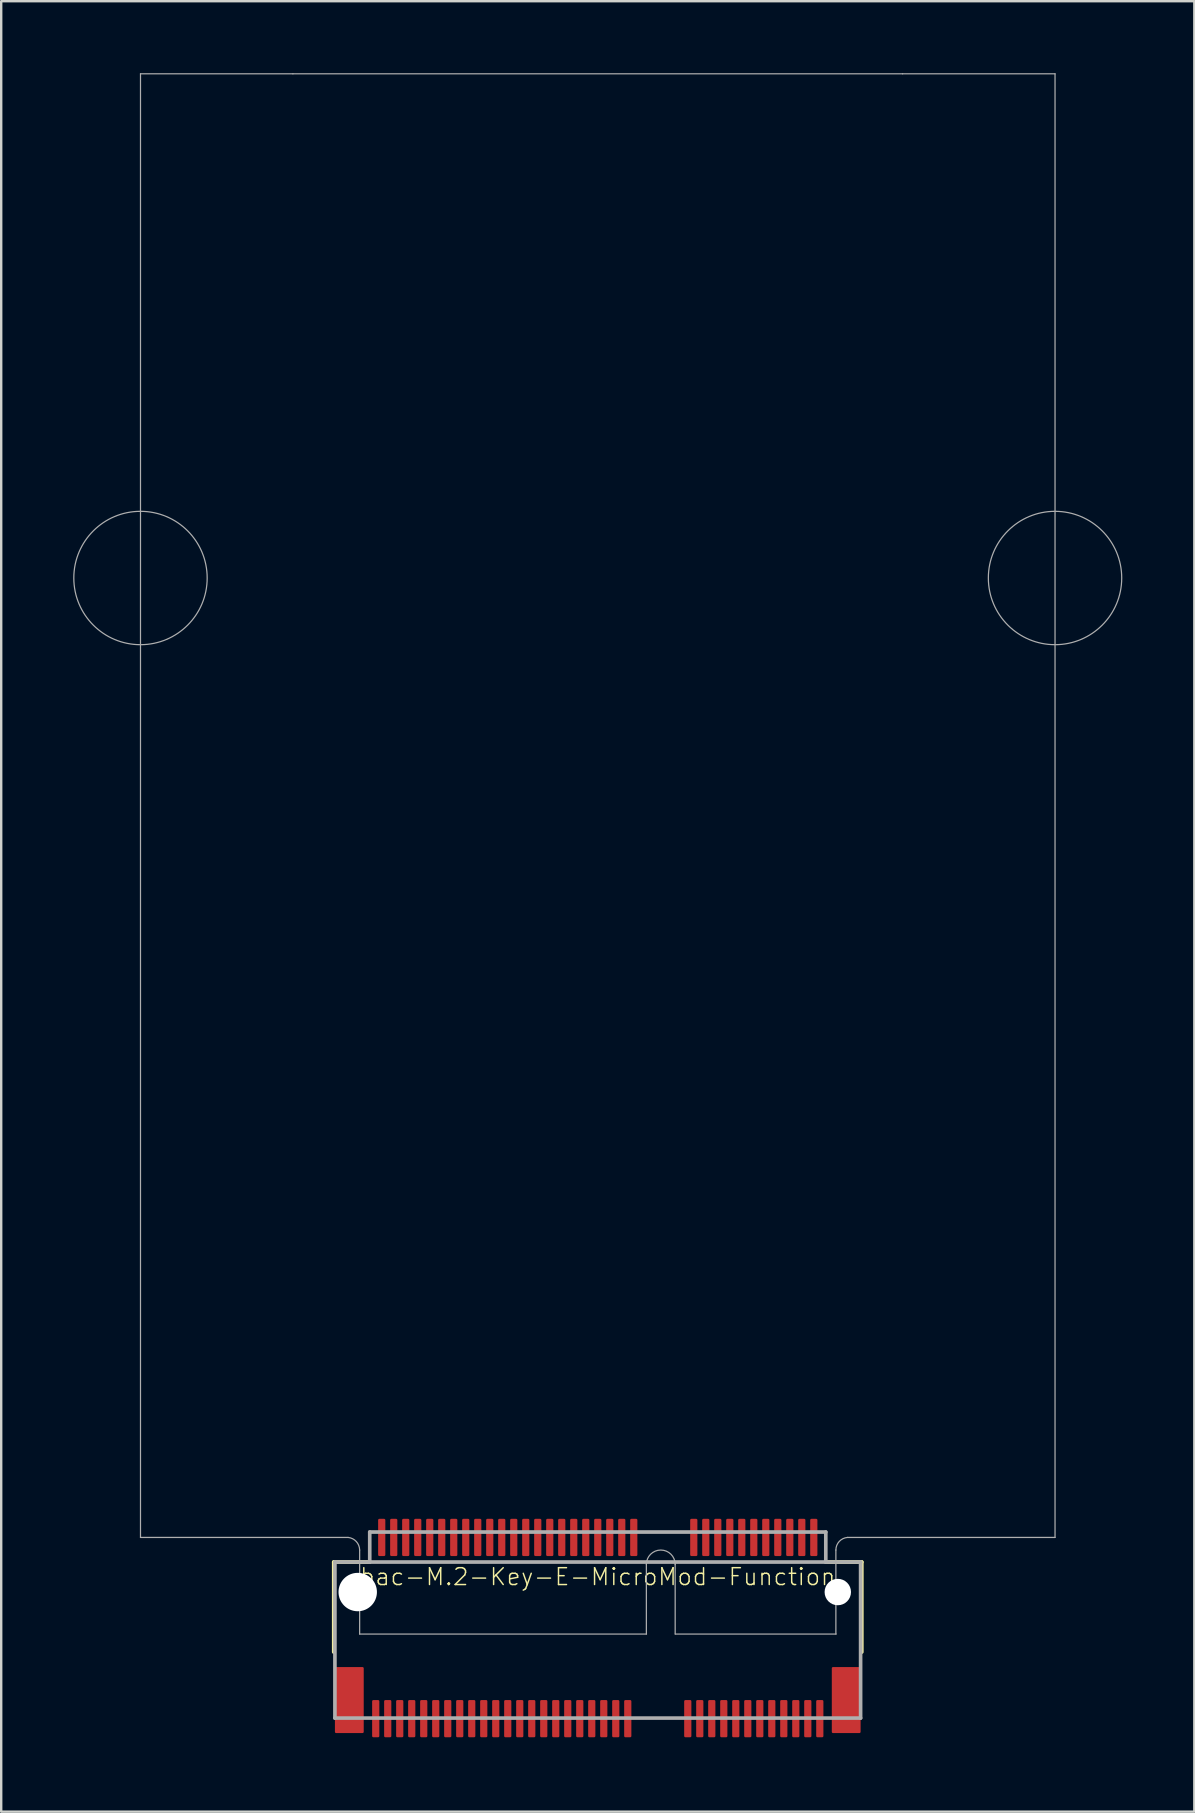
<source format=kicad_pcb>
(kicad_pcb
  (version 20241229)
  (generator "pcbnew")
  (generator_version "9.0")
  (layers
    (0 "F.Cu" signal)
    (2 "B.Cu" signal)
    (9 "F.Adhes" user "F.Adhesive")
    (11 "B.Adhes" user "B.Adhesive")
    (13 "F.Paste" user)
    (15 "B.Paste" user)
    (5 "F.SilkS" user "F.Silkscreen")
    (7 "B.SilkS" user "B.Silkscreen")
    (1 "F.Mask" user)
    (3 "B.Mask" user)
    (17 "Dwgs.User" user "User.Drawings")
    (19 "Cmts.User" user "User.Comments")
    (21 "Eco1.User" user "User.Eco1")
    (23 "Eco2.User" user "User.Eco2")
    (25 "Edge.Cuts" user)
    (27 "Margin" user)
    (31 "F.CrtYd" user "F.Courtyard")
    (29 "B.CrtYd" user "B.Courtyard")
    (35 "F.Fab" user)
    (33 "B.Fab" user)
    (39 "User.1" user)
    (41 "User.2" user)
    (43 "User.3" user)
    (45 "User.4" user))
  (footprint "bac-M.2-Key-E-MicroMod-Function"
    (layer "F.Cu")
    (at 21.853 63.275)
    (property "Reference" "bac-M.2-Key-E-MicroMod-Function" (at 0 -0.635 0) (unlocked yes) (layer "F.SilkS") (effects (font (size 0.701 0.701) (thickness 0.061))))
    (fp_line (start -11 2.5) (end -11 -1.25) (stroke (width 0.152) (type solid)) (layer "F.SilkS"))
    (fp_line (start -9.5 -1.25) (end -11 -1.25) (stroke (width 0.152) (type solid)) (layer "F.SilkS"))
    (fp_line (start 11 -1.25) (end 9.5 -1.25) (stroke (width 0.152) (type solid)) (layer "F.SilkS"))
    (fp_line (start 11 2.5) (end 11 -1.25) (stroke (width 0.152) (type solid)) (layer "F.SilkS"))
    (fp_poly (pts (xy -9.4 6.15) (xy -9.1 6.15) (xy -9.1 4.4) (xy -9.4 4.4)) (stroke (width 0) (type default)) (fill yes) (layer "F.Paste"))
    (fp_poly (pts (xy -9.15 -1.4) (xy -8.85 -1.4) (xy -8.85 -3.15) (xy -9.15 -3.15)) (stroke (width 0) (type default)) (fill yes) (layer "F.Paste"))
    (fp_poly (pts (xy -8.9 6.15) (xy -8.6 6.15) (xy -8.6 4.4) (xy -8.9 4.4)) (stroke (width 0) (type default)) (fill yes) (layer "F.Paste"))
    (fp_poly (pts (xy -8.65 -1.4) (xy -8.35 -1.4) (xy -8.35 -3.15) (xy -8.65 -3.15)) (stroke (width 0) (type default)) (fill yes) (layer "F.Paste"))
    (fp_poly (pts (xy -8.4 6.15) (xy -8.1 6.15) (xy -8.1 4.4) (xy -8.4 4.4)) (stroke (width 0) (type default)) (fill yes) (layer "F.Paste"))
    (fp_poly (pts (xy -8.15 -1.4) (xy -7.85 -1.4) (xy -7.85 -3.15) (xy -8.15 -3.15)) (stroke (width 0) (type default)) (fill yes) (layer "F.Paste"))
    (fp_poly (pts (xy -7.9 6.15) (xy -7.6 6.15) (xy -7.6 4.4) (xy -7.9 4.4)) (stroke (width 0) (type default)) (fill yes) (layer "F.Paste"))
    (fp_poly (pts (xy -7.65 -1.4) (xy -7.35 -1.4) (xy -7.35 -3.15) (xy -7.65 -3.15)) (stroke (width 0) (type default)) (fill yes) (layer "F.Paste"))
    (fp_poly (pts (xy -7.4 6.15) (xy -7.1 6.15) (xy -7.1 4.4) (xy -7.4 4.4)) (stroke (width 0) (type default)) (fill yes) (layer "F.Paste"))
    (fp_poly (pts (xy -7.15 -1.4) (xy -6.85 -1.4) (xy -6.85 -3.15) (xy -7.15 -3.15)) (stroke (width 0) (type default)) (fill yes) (layer "F.Paste"))
    (fp_poly (pts (xy -6.9 6.15) (xy -6.6 6.15) (xy -6.6 4.4) (xy -6.9 4.4)) (stroke (width 0) (type default)) (fill yes) (layer "F.Paste"))
    (fp_poly (pts (xy -6.65 -1.4) (xy -6.35 -1.4) (xy -6.35 -3.15) (xy -6.65 -3.15)) (stroke (width 0) (type default)) (fill yes) (layer "F.Paste"))
    (fp_poly (pts (xy -6.4 6.15) (xy -6.1 6.15) (xy -6.1 4.4) (xy -6.4 4.4)) (stroke (width 0) (type default)) (fill yes) (layer "F.Paste"))
    (fp_poly (pts (xy -6.15 -1.4) (xy -5.85 -1.4) (xy -5.85 -3.15) (xy -6.15 -3.15)) (stroke (width 0) (type default)) (fill yes) (layer "F.Paste"))
    (fp_poly (pts (xy -5.9 6.15) (xy -5.6 6.15) (xy -5.6 4.4) (xy -5.9 4.4)) (stroke (width 0) (type default)) (fill yes) (layer "F.Paste"))
    (fp_poly (pts (xy -5.65 -1.4) (xy -5.35 -1.4) (xy -5.35 -3.15) (xy -5.65 -3.15)) (stroke (width 0) (type default)) (fill yes) (layer "F.Paste"))
    (fp_poly (pts (xy -5.4 6.15) (xy -5.1 6.15) (xy -5.1 4.4) (xy -5.4 4.4)) (stroke (width 0) (type default)) (fill yes) (layer "F.Paste"))
    (fp_poly (pts (xy -5.15 -1.4) (xy -4.85 -1.4) (xy -4.85 -3.15) (xy -5.15 -3.15)) (stroke (width 0) (type default)) (fill yes) (layer "F.Paste"))
    (fp_poly (pts (xy -4.9 6.15) (xy -4.6 6.15) (xy -4.6 4.4) (xy -4.9 4.4)) (stroke (width 0) (type default)) (fill yes) (layer "F.Paste"))
    (fp_poly (pts (xy -4.65 -1.4) (xy -4.35 -1.4) (xy -4.35 -3.15) (xy -4.65 -3.15)) (stroke (width 0) (type default)) (fill yes) (layer "F.Paste"))
    (fp_poly (pts (xy -4.4 6.15) (xy -4.1 6.15) (xy -4.1 4.4) (xy -4.4 4.4)) (stroke (width 0) (type default)) (fill yes) (layer "F.Paste"))
    (fp_poly (pts (xy -4.15 -1.4) (xy -3.85 -1.4) (xy -3.85 -3.15) (xy -4.15 -3.15)) (stroke (width 0) (type default)) (fill yes) (layer "F.Paste"))
    (fp_poly (pts (xy -3.9 6.15) (xy -3.6 6.15) (xy -3.6 4.4) (xy -3.9 4.4)) (stroke (width 0) (type default)) (fill yes) (layer "F.Paste"))
    (fp_poly (pts (xy -3.65 -1.4) (xy -3.35 -1.4) (xy -3.35 -3.15) (xy -3.65 -3.15)) (stroke (width 0) (type default)) (fill yes) (layer "F.Paste"))
    (fp_poly (pts (xy -3.4 6.15) (xy -3.1 6.15) (xy -3.1 4.4) (xy -3.4 4.4)) (stroke (width 0) (type default)) (fill yes) (layer "F.Paste"))
    (fp_poly (pts (xy -3.15 -1.4) (xy -2.85 -1.4) (xy -2.85 -3.15) (xy -3.15 -3.15)) (stroke (width 0) (type default)) (fill yes) (layer "F.Paste"))
    (fp_poly (pts (xy -2.9 6.15) (xy -2.6 6.15) (xy -2.6 4.4) (xy -2.9 4.4)) (stroke (width 0) (type default)) (fill yes) (layer "F.Paste"))
    (fp_poly (pts (xy -2.65 -1.4) (xy -2.35 -1.4) (xy -2.35 -3.15) (xy -2.65 -3.15)) (stroke (width 0) (type default)) (fill yes) (layer "F.Paste"))
    (fp_poly (pts (xy -2.4 6.15) (xy -2.1 6.15) (xy -2.1 4.4) (xy -2.4 4.4)) (stroke (width 0) (type default)) (fill yes) (layer "F.Paste"))
    (fp_poly (pts (xy -2.15 -1.4) (xy -1.85 -1.4) (xy -1.85 -3.15) (xy -2.15 -3.15)) (stroke (width 0) (type default)) (fill yes) (layer "F.Paste"))
    (fp_poly (pts (xy -1.9 6.15) (xy -1.6 6.15) (xy -1.6 4.4) (xy -1.9 4.4)) (stroke (width 0) (type default)) (fill yes) (layer "F.Paste"))
    (fp_poly (pts (xy -1.65 -1.4) (xy -1.35 -1.4) (xy -1.35 -3.15) (xy -1.65 -3.15)) (stroke (width 0) (type default)) (fill yes) (layer "F.Paste"))
    (fp_poly (pts (xy -1.4 6.15) (xy -1.1 6.15) (xy -1.1 4.4) (xy -1.4 4.4)) (stroke (width 0) (type default)) (fill yes) (layer "F.Paste"))
    (fp_poly (pts (xy -1.15 -1.4) (xy -0.85 -1.4) (xy -0.85 -3.15) (xy -1.15 -3.15)) (stroke (width 0) (type default)) (fill yes) (layer "F.Paste"))
    (fp_poly (pts (xy -0.9 6.15) (xy -0.6 6.15) (xy -0.6 4.4) (xy -0.9 4.4)) (stroke (width 0) (type default)) (fill yes) (layer "F.Paste"))
    (fp_poly (pts (xy -0.65 -1.4) (xy -0.35 -1.4) (xy -0.35 -3.15) (xy -0.65 -3.15)) (stroke (width 0) (type default)) (fill yes) (layer "F.Paste"))
    (fp_poly (pts (xy -0.4 6.15) (xy -0.1 6.15) (xy -0.1 4.4) (xy -0.4 4.4)) (stroke (width 0) (type default)) (fill yes) (layer "F.Paste"))
    (fp_poly (pts (xy -0.15 -1.4) (xy 0.15 -1.4) (xy 0.15 -3.15) (xy -0.15 -3.15)) (stroke (width 0) (type default)) (fill yes) (layer "F.Paste"))
    (fp_poly (pts (xy 0.1 6.15) (xy 0.4 6.15) (xy 0.4 4.4) (xy 0.1 4.4)) (stroke (width 0) (type default)) (fill yes) (layer "F.Paste"))
    (fp_poly (pts (xy 0.35 -1.4) (xy 0.65 -1.4) (xy 0.65 -3.15) (xy 0.35 -3.15)) (stroke (width 0) (type default)) (fill yes) (layer "F.Paste"))
    (fp_poly (pts (xy 0.6 6.15) (xy 0.9 6.15) (xy 0.9 4.4) (xy 0.6 4.4)) (stroke (width 0) (type default)) (fill yes) (layer "F.Paste"))
    (fp_poly (pts (xy 0.85 -1.4) (xy 1.15 -1.4) (xy 1.15 -3.15) (xy 0.85 -3.15)) (stroke (width 0) (type default)) (fill yes) (layer "F.Paste"))
    (fp_poly (pts (xy 1.1 6.15) (xy 1.4 6.15) (xy 1.4 4.4) (xy 1.1 4.4)) (stroke (width 0) (type default)) (fill yes) (layer "F.Paste"))
    (fp_poly (pts (xy 1.35 -1.4) (xy 1.65 -1.4) (xy 1.65 -3.15) (xy 1.35 -3.15)) (stroke (width 0) (type default)) (fill yes) (layer "F.Paste"))
    (fp_poly (pts (xy 3.6 6.15) (xy 3.9 6.15) (xy 3.9 4.4) (xy 3.6 4.4)) (stroke (width 0) (type default)) (fill yes) (layer "F.Paste"))
    (fp_poly (pts (xy 3.85 -1.4) (xy 4.15 -1.4) (xy 4.15 -3.15) (xy 3.85 -3.15)) (stroke (width 0) (type default)) (fill yes) (layer "F.Paste"))
    (fp_poly (pts (xy 4.1 6.15) (xy 4.4 6.15) (xy 4.4 4.4) (xy 4.1 4.4)) (stroke (width 0) (type default)) (fill yes) (layer "F.Paste"))
    (fp_poly (pts (xy 4.35 -1.4) (xy 4.65 -1.4) (xy 4.65 -3.15) (xy 4.35 -3.15)) (stroke (width 0) (type default)) (fill yes) (layer "F.Paste"))
    (fp_poly (pts (xy 4.6 6.15) (xy 4.9 6.15) (xy 4.9 4.4) (xy 4.6 4.4)) (stroke (width 0) (type default)) (fill yes) (layer "F.Paste"))
    (fp_poly (pts (xy 4.85 -1.4) (xy 5.15 -1.4) (xy 5.15 -3.15) (xy 4.85 -3.15)) (stroke (width 0) (type default)) (fill yes) (layer "F.Paste"))
    (fp_poly (pts (xy 5.1 6.15) (xy 5.4 6.15) (xy 5.4 4.4) (xy 5.1 4.4)) (stroke (width 0) (type default)) (fill yes) (layer "F.Paste"))
    (fp_poly (pts (xy 5.35 -1.4) (xy 5.65 -1.4) (xy 5.65 -3.15) (xy 5.35 -3.15)) (stroke (width 0) (type default)) (fill yes) (layer "F.Paste"))
    (fp_poly (pts (xy 5.6 6.15) (xy 5.9 6.15) (xy 5.9 4.4) (xy 5.6 4.4)) (stroke (width 0) (type default)) (fill yes) (layer "F.Paste"))
    (fp_poly (pts (xy 5.85 -1.4) (xy 6.15 -1.4) (xy 6.15 -3.15) (xy 5.85 -3.15)) (stroke (width 0) (type default)) (fill yes) (layer "F.Paste"))
    (fp_poly (pts (xy 6.1 6.15) (xy 6.4 6.15) (xy 6.4 4.4) (xy 6.1 4.4)) (stroke (width 0) (type default)) (fill yes) (layer "F.Paste"))
    (fp_poly (pts (xy 6.35 -1.4) (xy 6.65 -1.4) (xy 6.65 -3.15) (xy 6.35 -3.15)) (stroke (width 0) (type default)) (fill yes) (layer "F.Paste"))
    (fp_poly (pts (xy 6.6 6.15) (xy 6.9 6.15) (xy 6.9 4.4) (xy 6.6 4.4)) (stroke (width 0) (type default)) (fill yes) (layer "F.Paste"))
    (fp_poly (pts (xy 6.85 -1.4) (xy 7.15 -1.4) (xy 7.15 -3.15) (xy 6.85 -3.15)) (stroke (width 0) (type default)) (fill yes) (layer "F.Paste"))
    (fp_poly (pts (xy 7.1 6.15) (xy 7.4 6.15) (xy 7.4 4.4) (xy 7.1 4.4)) (stroke (width 0) (type default)) (fill yes) (layer "F.Paste"))
    (fp_poly (pts (xy 7.35 -1.4) (xy 7.65 -1.4) (xy 7.65 -3.15) (xy 7.35 -3.15)) (stroke (width 0) (type default)) (fill yes) (layer "F.Paste"))
    (fp_poly (pts (xy 7.6 6.15) (xy 7.9 6.15) (xy 7.9 4.4) (xy 7.6 4.4)) (stroke (width 0) (type default)) (fill yes) (layer "F.Paste"))
    (fp_poly (pts (xy 7.85 -1.4) (xy 8.15 -1.4) (xy 8.15 -3.15) (xy 7.85 -3.15)) (stroke (width 0) (type default)) (fill yes) (layer "F.Paste"))
    (fp_poly (pts (xy 8.1 6.15) (xy 8.4 6.15) (xy 8.4 4.4) (xy 8.1 4.4)) (stroke (width 0) (type default)) (fill yes) (layer "F.Paste"))
    (fp_poly (pts (xy 8.35 -1.4) (xy 8.65 -1.4) (xy 8.65 -3.15) (xy 8.35 -3.15)) (stroke (width 0) (type default)) (fill yes) (layer "F.Paste"))
    (fp_poly (pts (xy 8.6 6.15) (xy 8.9 6.15) (xy 8.9 4.4) (xy 8.6 4.4)) (stroke (width 0) (type default)) (fill yes) (layer "F.Paste"))
    (fp_poly (pts (xy 8.85 -1.4) (xy 9.15 -1.4) (xy 9.15 -3.15) (xy 8.85 -3.15)) (stroke (width 0) (type default)) (fill yes) (layer "F.Paste"))
    (fp_poly (pts (xy 9.1 6.15) (xy 9.4 6.15) (xy 9.4 4.4) (xy 9.1 4.4)) (stroke (width 0) (type default)) (fill yes) (layer "F.Paste"))
    (fp_line (start -19.05 -63.25) (end -12.7 -63.25) (stroke (width 0.051) (type solid)) (layer "F.Fab"))
    (fp_line (start -19.05 -2.275) (end -19.05 -63.25) (stroke (width 0.051) (type solid)) (layer "F.Fab"))
    (fp_line (start -12.7 -63.25) (end 12.7 -63.25) (stroke (width 0.051) (type solid)) (layer "F.Fab"))
    (fp_line (start -10.95 -1.25) (end -10.95 5.25) (stroke (width 0.152) (type solid)) (layer "F.Fab"))
    (fp_line (start -10.95 5.25) (end 10.95 5.25) (stroke (width 0.152) (type solid)) (layer "F.Fab"))
    (fp_line (start -10.4 -2.275) (end -19.05 -2.275) (stroke (width 0.051) (type solid)) (layer "F.Fab"))
    (fp_line (start -9.92 1.75) (end -9.92 -1.75) (stroke (width 0.051) (type solid)) (layer "F.Fab"))
    (fp_line (start -9.5 -2.5) (end -9.5 -1.25) (stroke (width 0.152) (type solid)) (layer "F.Fab"))
    (fp_line (start -9.5 -1.25) (end -10.95 -1.25) (stroke (width 0.152) (type solid)) (layer "F.Fab"))
    (fp_line (start 2.025 -1.15) (end 2.025 1.75) (stroke (width 0.051) (type solid)) (layer "F.Fab"))
    (fp_line (start 2.03 1.75) (end -9.92 1.75) (stroke (width 0.051) (type solid)) (layer "F.Fab"))
    (fp_line (start 3.225 -1.15) (end 3.225 1.75) (stroke (width 0.051) (type solid)) (layer "F.Fab"))
    (fp_line (start 9.5 -2.5) (end -9.5 -2.5) (stroke (width 0.152) (type solid)) (layer "F.Fab"))
    (fp_line (start 9.5 -2.5) (end 9.5 -1.25) (stroke (width 0.152) (type solid)) (layer "F.Fab"))
    (fp_line (start 9.5 -1.25) (end -9.5 -1.25) (stroke (width 0.152) (type solid)) (layer "F.Fab"))
    (fp_line (start 9.92 -1.75) (end 9.92 1.75) (stroke (width 0.051) (type solid)) (layer "F.Fab"))
    (fp_line (start 9.93 1.75) (end 3.23 1.75) (stroke (width 0.051) (type solid)) (layer "F.Fab"))
    (fp_line (start 10.4 -2.275) (end 19.05 -2.275) (stroke (width 0.051) (type solid)) (layer "F.Fab"))
    (fp_line (start 10.95 -1.25) (end 9.5 -1.25) (stroke (width 0.152) (type solid)) (layer "F.Fab"))
    (fp_line (start 10.95 5.25) (end 10.95 -1.25) (stroke (width 0.152) (type solid)) (layer "F.Fab"))
    (fp_line (start 12.7 -63.25) (end 19.05 -63.25) (stroke (width 0.051) (type solid)) (layer "F.Fab"))
    (fp_line (start 19.05 -2.275) (end 19.05 -63.25) (stroke (width 0.051) (type solid)) (layer "F.Fab"))
    (fp_arc (start -10.4 -2.275) (mid -10.059471 -2.104412) (end -9.919998 -1.75) (stroke (width 0.0508) (type solid)) (layer "F.Fab"))
    (fp_arc (start 2.025 -1.15) (mid 2.625 -1.75) (end 3.225 -1.15) (stroke (width 0.0508) (type solid)) (layer "F.Fab"))
    (fp_arc (start 9.919999 -1.750001) (mid 10.057986 -2.10577) (end 10.4 -2.275) (stroke (width 0.0508) (type solid)) (layer "F.Fab"))
    (fp_circle (center -19.05 -42.245) (end -16.272 -42.245) (stroke (width 0.051) (type solid)) (fill no) (layer "F.Fab"))
    (fp_circle (center 19.05 -42.245) (end 21.828 -42.245) (stroke (width 0.051) (type solid)) (fill no) (layer "F.Fab"))
    (pad "" np_thru_hole circle (at -10 0) (size 1.6 1.6) (drill 1.6) (layers "*.Cu" "*.Mask"))
    (pad "" np_thru_hole circle (at 10 0) (size 1.1 1.1) (drill 1.1) (layers "*.Cu" "*.Mask"))
    (pad "1" smd roundrect (at 9.25 5.275 180) (size 0.3 1.55) (layers "F.Cu" "F.Mask") (roundrect_rratio 0.169))
    (pad "2" smd roundrect (at 9 -2.275 180) (size 0.3 1.55) (layers "F.Cu" "F.Mask") (roundrect_rratio 0.169))
    (pad "3" smd roundrect (at 8.75 5.275 180) (size 0.3 1.55) (layers "F.Cu" "F.Mask") (roundrect_rratio 0.169))
    (pad "4" smd roundrect (at 8.5 -2.275 180) (size 0.3 1.55) (layers "F.Cu" "F.Mask") (roundrect_rratio 0.169))
    (pad "5" smd roundrect (at 8.25 5.275 180) (size 0.3 1.55) (layers "F.Cu" "F.Mask") (roundrect_rratio 0.169))
    (pad "6" smd roundrect (at 8 -2.275 180) (size 0.3 1.55) (layers "F.Cu" "F.Mask") (roundrect_rratio 0.169))
    (pad "7" smd roundrect (at 7.75 5.275 180) (size 0.3 1.55) (layers "F.Cu" "F.Mask") (roundrect_rratio 0.169))
    (pad "8" smd roundrect (at 7.5 -2.275 180) (size 0.3 1.55) (layers "F.Cu" "F.Mask") (roundrect_rratio 0.169))
    (pad "9" smd roundrect (at 7.25 5.275 180) (size 0.3 1.55) (layers "F.Cu" "F.Mask") (roundrect_rratio 0.169))
    (pad "10" smd roundrect (at 7 -2.275 180) (size 0.3 1.55) (layers "F.Cu" "F.Mask") (roundrect_rratio 0.169))
    (pad "11" smd roundrect (at 6.75 5.275 180) (size 0.3 1.55) (layers "F.Cu" "F.Mask") (roundrect_rratio 0.169))
    (pad "12" smd roundrect (at 6.5 -2.275 180) (size 0.3 1.55) (layers "F.Cu" "F.Mask") (roundrect_rratio 0.169))
    (pad "13" smd roundrect (at 6.25 5.275 180) (size 0.3 1.55) (layers "F.Cu" "F.Mask") (roundrect_rratio 0.169))
    (pad "14" smd roundrect (at 6 -2.275 180) (size 0.3 1.55) (layers "F.Cu" "F.Mask") (roundrect_rratio 0.169))
    (pad "15" smd roundrect (at 5.75 5.275 180) (size 0.3 1.55) (layers "F.Cu" "F.Mask") (roundrect_rratio 0.169))
    (pad "16" smd roundrect (at 5.5 -2.275 180) (size 0.3 1.55) (layers "F.Cu" "F.Mask") (roundrect_rratio 0.169))
    (pad "17" smd roundrect (at 5.25 5.275 180) (size 0.3 1.55) (layers "F.Cu" "F.Mask") (roundrect_rratio 0.169))
    (pad "18" smd roundrect (at 5 -2.275 180) (size 0.3 1.55) (layers "F.Cu" "F.Mask") (roundrect_rratio 0.169))
    (pad "19" smd roundrect (at 4.75 5.275 180) (size 0.3 1.55) (layers "F.Cu" "F.Mask") (roundrect_rratio 0.169))
    (pad "20" smd roundrect (at 4.5 -2.275 180) (size 0.3 1.55) (layers "F.Cu" "F.Mask") (roundrect_rratio 0.169))
    (pad "21" smd roundrect (at 4.25 5.275 180) (size 0.3 1.55) (layers "F.Cu" "F.Mask") (roundrect_rratio 0.169))
    (pad "22" smd roundrect (at 4 -2.275 180) (size 0.3 1.55) (layers "F.Cu" "F.Mask") (roundrect_rratio 0.169))
    (pad "23" smd roundrect (at 3.75 5.275 180) (size 0.3 1.55) (layers "F.Cu" "F.Mask") (roundrect_rratio 0.169))
    (pad "32" smd roundrect (at 1.5 -2.275 180) (size 0.3 1.55) (layers "F.Cu" "F.Mask") (roundrect_rratio 0.169))
    (pad "33" smd roundrect (at 1.25 5.275 180) (size 0.3 1.55) (layers "F.Cu" "F.Mask") (roundrect_rratio 0.169))
    (pad "34" smd roundrect (at 1 -2.275 180) (size 0.3 1.55) (layers "F.Cu" "F.Mask") (roundrect_rratio 0.169))
    (pad "35" smd roundrect (at 0.75 5.275 180) (size 0.3 1.55) (layers "F.Cu" "F.Mask") (roundrect_rratio 0.169))
    (pad "36" smd roundrect (at 0.5 -2.275 180) (size 0.3 1.55) (layers "F.Cu" "F.Mask") (roundrect_rratio 0.169))
    (pad "37" smd roundrect (at 0.25 5.275 180) (size 0.3 1.55) (layers "F.Cu" "F.Mask") (roundrect_rratio 0.169))
    (pad "38" smd roundrect (at 0 -2.275 180) (size 0.3 1.55) (layers "F.Cu" "F.Mask") (roundrect_rratio 0.169))
    (pad "39" smd roundrect (at -0.25 5.275 180) (size 0.3 1.55) (layers "F.Cu" "F.Mask") (roundrect_rratio 0.169))
    (pad "40" smd roundrect (at -0.5 -2.275 180) (size 0.3 1.55) (layers "F.Cu" "F.Mask") (roundrect_rratio 0.169))
    (pad "41" smd roundrect (at -0.75 5.275 180) (size 0.3 1.55) (layers "F.Cu" "F.Mask") (roundrect_rratio 0.169))
    (pad "42" smd roundrect (at -1 -2.275 180) (size 0.3 1.55) (layers "F.Cu" "F.Mask") (roundrect_rratio 0.169))
    (pad "43" smd roundrect (at -1.25 5.275 180) (size 0.3 1.55) (layers "F.Cu" "F.Mask") (roundrect_rratio 0.169))
    (pad "44" smd roundrect (at -1.5 -2.275 180) (size 0.3 1.55) (layers "F.Cu" "F.Mask") (roundrect_rratio 0.169))
    (pad "45" smd roundrect (at -1.75 5.275 180) (size 0.3 1.55) (layers "F.Cu" "F.Mask") (roundrect_rratio 0.169))
    (pad "46" smd roundrect (at -2 -2.275 180) (size 0.3 1.55) (layers "F.Cu" "F.Mask") (roundrect_rratio 0.169))
    (pad "47" smd roundrect (at -2.25 5.275 180) (size 0.3 1.55) (layers "F.Cu" "F.Mask") (roundrect_rratio 0.169))
    (pad "48" smd roundrect (at -2.5 -2.275 180) (size 0.3 1.55) (layers "F.Cu" "F.Mask") (roundrect_rratio 0.169))
    (pad "49" smd roundrect (at -2.75 5.275 180) (size 0.3 1.55) (layers "F.Cu" "F.Mask") (roundrect_rratio 0.169))
    (pad "50" smd roundrect (at -3 -2.275 180) (size 0.3 1.55) (layers "F.Cu" "F.Mask") (roundrect_rratio 0.169))
    (pad "51" smd roundrect (at -3.25 5.275 180) (size 0.3 1.55) (layers "F.Cu" "F.Mask") (roundrect_rratio 0.169))
    (pad "52" smd roundrect (at -3.5 -2.275 180) (size 0.3 1.55) (layers "F.Cu" "F.Mask") (roundrect_rratio 0.169))
    (pad "53" smd roundrect (at -3.75 5.275 180) (size 0.3 1.55) (layers "F.Cu" "F.Mask") (roundrect_rratio 0.169))
    (pad "54" smd roundrect (at -4 -2.275 180) (size 0.3 1.55) (layers "F.Cu" "F.Mask") (roundrect_rratio 0.169))
    (pad "55" smd roundrect (at -4.25 5.275 180) (size 0.3 1.55) (layers "F.Cu" "F.Mask") (roundrect_rratio 0.169))
    (pad "56" smd roundrect (at -4.5 -2.275 180) (size 0.3 1.55) (layers "F.Cu" "F.Mask") (roundrect_rratio 0.169))
    (pad "57" smd roundrect (at -4.75 5.275 180) (size 0.3 1.55) (layers "F.Cu" "F.Mask") (roundrect_rratio 0.169))
    (pad "58" smd roundrect (at -5 -2.275 180) (size 0.3 1.55) (layers "F.Cu" "F.Mask") (roundrect_rratio 0.169))
    (pad "59" smd roundrect (at -5.25 5.275 180) (size 0.3 1.55) (layers "F.Cu" "F.Mask") (roundrect_rratio 0.169))
    (pad "60" smd roundrect (at -5.5 -2.275 180) (size 0.3 1.55) (layers "F.Cu" "F.Mask") (roundrect_rratio 0.169))
    (pad "61" smd roundrect (at -5.75 5.275 180) (size 0.3 1.55) (layers "F.Cu" "F.Mask") (roundrect_rratio 0.169))
    (pad "62" smd roundrect (at -6 -2.275 180) (size 0.3 1.55) (layers "F.Cu" "F.Mask") (roundrect_rratio 0.169))
    (pad "63" smd roundrect (at -6.25 5.275 180) (size 0.3 1.55) (layers "F.Cu" "F.Mask") (roundrect_rratio 0.169))
    (pad "64" smd roundrect (at -6.5 -2.275 180) (size 0.3 1.55) (layers "F.Cu" "F.Mask") (roundrect_rratio 0.169))
    (pad "65" smd roundrect (at -6.75 5.275 180) (size 0.3 1.55) (layers "F.Cu" "F.Mask") (roundrect_rratio 0.169))
    (pad "66" smd roundrect (at -7 -2.275 180) (size 0.3 1.55) (layers "F.Cu" "F.Mask") (roundrect_rratio 0.169))
    (pad "67" smd roundrect (at -7.25 5.275 180) (size 0.3 1.55) (layers "F.Cu" "F.Mask") (roundrect_rratio 0.169))
    (pad "68" smd roundrect (at -7.5 -2.275 180) (size 0.3 1.55) (layers "F.Cu" "F.Mask") (roundrect_rratio 0.169))
    (pad "69" smd roundrect (at -7.75 5.275 180) (size 0.3 1.55) (layers "F.Cu" "F.Mask") (roundrect_rratio 0.169))
    (pad "70" smd roundrect (at -8 -2.275 180) (size 0.3 1.55) (layers "F.Cu" "F.Mask") (roundrect_rratio 0.169))
    (pad "71" smd roundrect (at -8.25 5.275 180) (size 0.3 1.55) (layers "F.Cu" "F.Mask") (roundrect_rratio 0.169))
    (pad "72" smd roundrect (at -8.5 -2.275 180) (size 0.3 1.55) (layers "F.Cu" "F.Mask") (roundrect_rratio 0.169))
    (pad "73" smd roundrect (at -8.75 5.275 180) (size 0.3 1.55) (layers "F.Cu" "F.Mask") (roundrect_rratio 0.169))
    (pad "74" smd roundrect (at -9 -2.275 180) (size 0.3 1.55) (layers "F.Cu" "F.Mask") (roundrect_rratio 0.169))
    (pad "75" smd roundrect (at -9.25 5.275 180) (size 0.3 1.55) (layers "F.Cu" "F.Mask") (roundrect_rratio 0.169))
    (pad "A1" smd roundrect (at 10.35 4.5 180) (size 1.2 2.75) (layers "F.Cu" "F.Mask" "F.Paste") (roundrect_rratio 0.042))
    (pad "A2" smd roundrect (at -10.35 4.5 180) (size 1.2 2.75) (layers "F.Cu" "F.Mask" "F.Paste") (roundrect_rratio 0.042)))
  (gr_rect
    (start -3 -3)
    (end 46.706 72.425)
    (stroke (width 0.1) (type default))
    (fill no)
    (layer "Edge.Cuts")))
</source>
